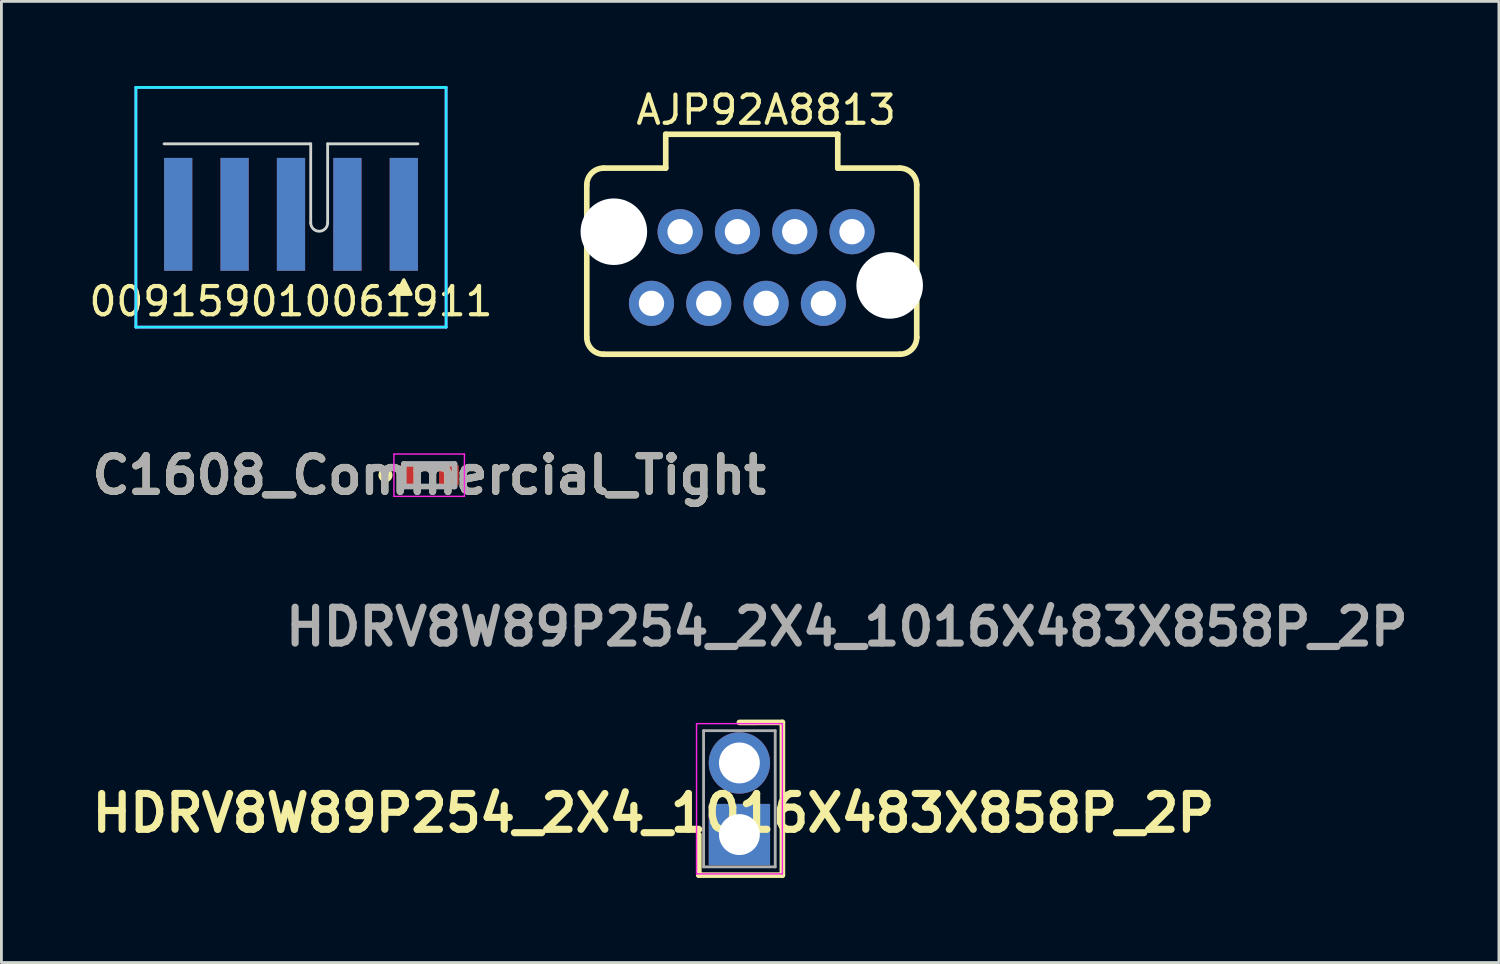
<source format=kicad_pcb>
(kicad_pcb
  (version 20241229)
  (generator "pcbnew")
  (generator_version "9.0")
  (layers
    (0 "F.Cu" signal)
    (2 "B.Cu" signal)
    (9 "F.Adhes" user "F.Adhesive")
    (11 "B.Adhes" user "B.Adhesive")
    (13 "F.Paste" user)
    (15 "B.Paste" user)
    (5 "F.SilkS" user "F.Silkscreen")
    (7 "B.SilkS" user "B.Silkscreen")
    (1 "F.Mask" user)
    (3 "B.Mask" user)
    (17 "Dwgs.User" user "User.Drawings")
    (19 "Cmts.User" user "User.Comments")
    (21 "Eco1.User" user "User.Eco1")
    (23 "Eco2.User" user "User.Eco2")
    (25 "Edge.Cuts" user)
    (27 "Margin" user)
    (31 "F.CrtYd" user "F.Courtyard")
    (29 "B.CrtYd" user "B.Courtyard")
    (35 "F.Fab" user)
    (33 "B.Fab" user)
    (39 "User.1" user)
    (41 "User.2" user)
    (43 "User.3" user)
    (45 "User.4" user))
  (footprint "C1608_Commercial_Tight"
    (layer "F.Cu")
    (at 10.868 13.05)
    (property "Reference" "C1608_Commercial_Tight" (at 1.3 0.75 180) (layer "F.SilkS") (effects (font (size 1.27 1.27) (thickness 0.254))))
    (attr smd)
    (fp_circle (center -0.25 0.75) (end -0.25 0.8) (stroke (width 0.2) (type solid)) (fill no) (layer "F.SilkS"))
    (fp_line (start 0.05 0) (end 2.55 0) (stroke (width 0.05) (type solid)) (layer "F.CrtYd"))
    (fp_line (start 0.05 1.5) (end 0.05 0) (stroke (width 0.05) (type solid)) (layer "F.CrtYd"))
    (fp_line (start 2.55 0) (end 2.55 1.5) (stroke (width 0.05) (type solid)) (layer "F.CrtYd"))
    (fp_line (start 2.55 1.5) (end 0.05 1.5) (stroke (width 0.05) (type solid)) (layer "F.CrtYd"))
    (fp_line (start 0.4 0.35) (end 2.2 0.35) (stroke (width 0.2) (type solid)) (layer "F.Fab"))
    (fp_line (start 0.4 1.15) (end 0.4 0.35) (stroke (width 0.2) (type solid)) (layer "F.Fab"))
    (fp_line (start 2.2 0.35) (end 2.2 1.15) (stroke (width 0.2) (type solid)) (layer "F.Fab"))
    (fp_line (start 2.2 1.15) (end 0.4 1.15) (stroke (width 0.2) (type solid)) (layer "F.Fab"))
    (fp_text user "${REFERENCE}" (at 1.3 0.75 180) (layer "F.Fab") (effects (font (size 1.27 1.27) (thickness 0.254))))
    (pad "1" smd rect (at 0.6 0.75 90) (size 0.7 0.7) (layers "F.Cu" "F.Mask" "F.Paste"))
    (pad "2" smd rect (at 2 0.75 90) (size 0.7 0.7) (layers "F.Cu" "F.Mask" "F.Paste")))
  (footprint "009159010061911"
    (layer "F.Cu")
    (at 7.268 2.05)
    (property "Reference" "009159010061911" (at 0 5.588 0) (unlocked yes) (layer "F.SilkS") (effects (font (size 1 1) (thickness 0.15))))
    (fp_poly (pts (xy 3.746 5.334) (xy 4 4.826) (xy 4.254 5.334)) (stroke (width 0.12) (type solid)) (fill yes) (layer "F.SilkS"))
    (fp_line (start -4.5 0) (end 0.7 0) (stroke (width 0.1) (type solid)) (layer "Edge.Cuts"))
    (fp_line (start 0.7 0) (end 0.7 2.8) (stroke (width 0.1) (type solid)) (layer "Edge.Cuts"))
    (fp_line (start 1.3 0) (end 1.3 2.8) (stroke (width 0.1) (type solid)) (layer "Edge.Cuts"))
    (fp_line (start 1.3 0) (end 4.5 0) (stroke (width 0.1) (type solid)) (layer "Edge.Cuts"))
    (fp_arc (start 1.3 2.8) (mid 1 3.1) (end 0.7 2.8) (stroke (width 0.1) (type solid)) (layer "Edge.Cuts"))
    (fp_line (start -5.5 -2) (end 5.5 -2) (stroke (width 0.1) (type solid)) (layer "B.CrtYd"))
    (fp_line (start -5.5 6.5) (end -5.5 -2) (stroke (width 0.1) (type solid)) (layer "B.CrtYd"))
    (fp_line (start 5.5 -2) (end 5.5 6.5) (stroke (width 0.1) (type solid)) (layer "B.CrtYd"))
    (fp_line (start 5.5 6.5) (end -5.5 6.5) (stroke (width 0.1) (type solid)) (layer "B.CrtYd"))
    (fp_line (start -5.5 -2) (end 5.5 -2) (stroke (width 0.1) (type solid)) (layer "F.CrtYd"))
    (fp_line (start -5.5 6.5) (end -5.5 -2) (stroke (width 0.1) (type solid)) (layer "F.CrtYd"))
    (fp_line (start 5.5 -2) (end 5.5 6.5) (stroke (width 0.1) (type solid)) (layer "F.CrtYd"))
    (fp_line (start 5.5 6.5) (end -5.5 6.5) (stroke (width 0.1) (type solid)) (layer "F.CrtYd"))
    (pad "1" connect rect (at 4 2.5) (size 1 4) (layers "F.Cu" "F.Mask"))
    (pad "2" connect rect (at 2 2.5) (size 1 4) (layers "F.Cu" "F.Mask"))
    (pad "3" connect rect (at 0 2.5) (size 1 4) (layers "F.Cu" "F.Mask"))
    (pad "4" connect rect (at -2 2.5) (size 1 4) (layers "F.Cu" "F.Mask"))
    (pad "5" connect rect (at -4 2.5) (size 1 4) (layers "F.Cu" "F.Mask"))
    (pad "6" connect rect (at 4 2.5) (size 1 4) (layers "B.Cu" "B.Mask"))
    (pad "7" connect rect (at 2 2.5) (size 1 4) (layers "B.Cu" "B.Mask"))
    (pad "8" connect rect (at 0 2.5) (size 1 4) (layers "B.Cu" "B.Mask"))
    (pad "9" connect rect (at -2 2.5) (size 1 4) (layers "B.Cu" "B.Mask"))
    (pad "10" connect rect (at -4 2.5) (size 1 4) (layers "B.Cu" "B.Mask")))
  (footprint "HDRV8W89P254_2X4_1016X483X858P_2P"
    (layer "F.Cu")
    (at 23.168 26.543)
    (property "Reference" "HDRV8W89P254_2X4_1016X483X858P_2P" (at -3.048 -0.762 0) (layer "F.SilkS") (effects (font (size 1.27 1.27) (thickness 0.254))))
    (attr through_hole)
    (fp_line (start -1.438 0) (end -1.438 1.438) (stroke (width 0.2) (type solid)) (layer "F.SilkS"))
    (fp_line (start -1.438 1.438) (end 1.524 1.438) (stroke (width 0.2) (type solid)) (layer "F.SilkS"))
    (fp_line (start 1.524 -3.978) (end 0 -3.977) (stroke (width 0.2) (type solid)) (layer "F.SilkS"))
    (fp_line (start 1.524 1.438) (end 1.524 -3.978) (stroke (width 0.2) (type solid)) (layer "F.SilkS"))
    (fp_line (start -1.52 -3.935) (end 1.524 -3.935) (stroke (width 0.05) (type solid)) (layer "F.CrtYd"))
    (fp_line (start -1.52 1.395) (end -1.52 -3.935) (stroke (width 0.05) (type solid)) (layer "F.CrtYd"))
    (fp_line (start 1.524 -3.935) (end 1.524 1.395) (stroke (width 0.05) (type solid)) (layer "F.CrtYd"))
    (fp_line (start 1.524 1.395) (end -1.52 1.395) (stroke (width 0.05) (type solid)) (layer "F.CrtYd"))
    (fp_line (start -1.27 -3.685) (end 1.27 -3.685) (stroke (width 0.1) (type solid)) (layer "F.Fab"))
    (fp_line (start -1.27 1.145) (end -1.27 -3.685) (stroke (width 0.1) (type solid)) (layer "F.Fab"))
    (fp_line (start 1.27 -3.685) (end 1.27 1.145) (stroke (width 0.1) (type solid)) (layer "F.Fab"))
    (fp_line (start 1.27 1.145) (end -1.27 1.145) (stroke (width 0.1) (type solid)) (layer "F.Fab"))
    (fp_text user "${REFERENCE}" (at 3.81 -7.366 0) (layer "F.Fab") (effects (font (size 1.27 1.27) (thickness 0.254))))
    (pad "1" thru_hole rect (at 0 0) (size 2.175 2.175) (drill 1.45) (layers "*.Cu" "*.Mask"))
    (pad "2" thru_hole circle (at 0 -2.54) (size 2.175 2.175) (drill 1.45) (layers "*.Cu" "*.Mask")))
  (footprint "AJP92A8813"
    (layer "F.Cu")
    (at 23.606 6.436)
    (property "Reference" "AJP92A8813" (at 0.508 -5.588 0) (unlocked yes) (layer "F.SilkS") (effects (font (size 1 1) (thickness 0.15))))
    (attr through_hole)
    (fp_line (start -5.85 -2.925) (end -5.85 2.475) (stroke (width 0.2) (type solid)) (layer "F.SilkS"))
    (fp_line (start -5.25 3.075) (end 5.25 3.075) (stroke (width 0.2) (type solid)) (layer "F.SilkS"))
    (fp_line (start -3.05 -4.725) (end -3.05 -3.525) (stroke (width 0.2) (type solid)) (layer "F.SilkS"))
    (fp_line (start -3.05 -3.525) (end -5.25 -3.525) (stroke (width 0.2) (type solid)) (layer "F.SilkS"))
    (fp_line (start 3.05 -4.725) (end -3.05 -4.725) (stroke (width 0.2) (type solid)) (layer "F.SilkS"))
    (fp_line (start 3.05 -3.525) (end 3.05 -4.725) (stroke (width 0.2) (type solid)) (layer "F.SilkS"))
    (fp_line (start 5.25 -3.525) (end 3.05 -3.525) (stroke (width 0.2) (type solid)) (layer "F.SilkS"))
    (fp_line (start 5.85 2.475) (end 5.85 -2.925) (stroke (width 0.2) (type solid)) (layer "F.SilkS"))
    (fp_arc (start -5.85 -2.925) (mid -5.674264 -3.349264) (end -5.25 -3.525) (stroke (width 0.2) (type solid)) (layer "F.SilkS"))
    (fp_arc (start -5.25 3.075) (mid -5.674264 2.899264) (end -5.85 2.475) (stroke (width 0.2) (type solid)) (layer "F.SilkS"))
    (fp_arc (start 5.25 -3.525) (mid 5.674264 -3.349264) (end 5.85 -2.925) (stroke (width 0.2) (type solid)) (layer "F.SilkS"))
    (fp_arc (start 5.85 2.475) (mid 5.674264 2.899264) (end 5.25 3.075) (stroke (width 0.2) (type solid)) (layer "F.SilkS"))
    (pad "" np_thru_hole circle (at -4.89 -1.27) (size 2.36 2.36) (drill 2.36) (layers "*.Cu" "*.Mask"))
    (pad "" np_thru_hole circle (at 4.89 0.635) (size 2.36 2.36) (drill 2.36) (layers "*.Cu" "*.Mask"))
    (pad "1" thru_hole circle (at -3.556 1.27) (size 1.6 1.6) (drill 0.9) (layers "*.Cu" "*.Mask"))
    (pad "2" thru_hole circle (at -2.54 -1.27) (size 1.6 1.6) (drill 0.9) (layers "*.Cu" "*.Mask"))
    (pad "3" thru_hole circle (at -1.524 1.27) (size 1.6 1.6) (drill 0.9) (layers "*.Cu" "*.Mask"))
    (pad "4" thru_hole circle (at -0.508 -1.27) (size 1.6 1.6) (drill 0.9) (layers "*.Cu" "*.Mask"))
    (pad "5" thru_hole circle (at 0.508 1.27) (size 1.6 1.6) (drill 0.9) (layers "*.Cu" "*.Mask"))
    (pad "6" thru_hole circle (at 1.524 -1.27) (size 1.6 1.6) (drill 0.9) (layers "*.Cu" "*.Mask"))
    (pad "7" thru_hole circle (at 2.54 1.27) (size 1.6 1.6) (drill 0.9) (layers "*.Cu" "*.Mask"))
    (pad "8" thru_hole circle (at 3.556 -1.27) (size 1.6 1.6) (drill 0.9) (layers "*.Cu" "*.Mask")))
  (gr_rect
    (start -3 -3)
    (end 50.099 31.081)
    (stroke (width 0.1) (type default))
    (fill no)
    (layer "Edge.Cuts")))
</source>
